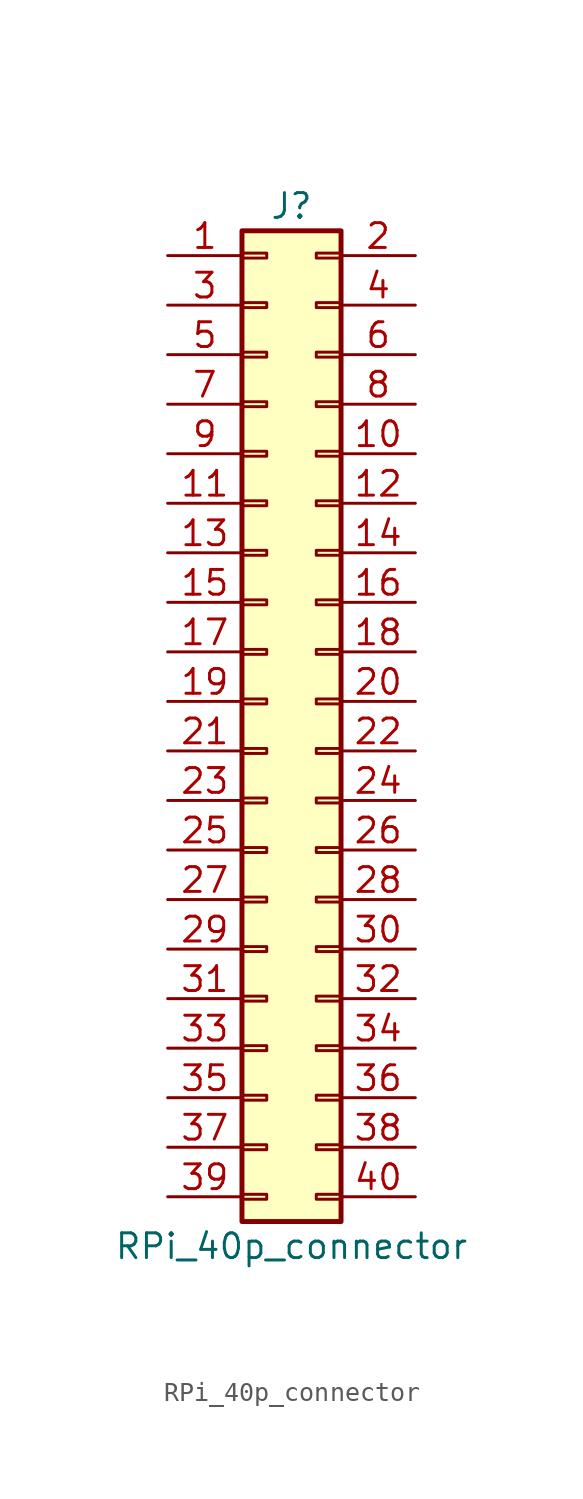
<source format=kicad_sym>
(kicad_symbol_lib
  (version 20211014)
  (generator kicad_symbol_editor)
  (symbol "RPi_40p_connector"
    (pin_names
      (offset 1.016) hide)
    (property "Reference" "J"
      (at 1.27 25.4 0)
      (effects (font (size 1.27 1.27))))
    (property "Value" "RPi_40p_connector"
      (at 1.27 -27.94 0)
      (effects (font (size 1.27 1.27))))
    (symbol "RPi_40p_connector_1_1"
      (rectangle (start -1.27 -25.273) (end 0 -25.527) (stroke (width 0.152) (type default) (color 0 0 0 0)) (fill (type none)))
      (rectangle (start -1.27 -22.733) (end 0 -22.987) (stroke (width 0.152) (type default) (color 0 0 0 0)) (fill (type none)))
      (rectangle (start -1.27 -20.193) (end 0 -20.447) (stroke (width 0.152) (type default) (color 0 0 0 0)) (fill (type none)))
      (rectangle (start -1.27 -17.653) (end 0 -17.907) (stroke (width 0.152) (type default) (color 0 0 0 0)) (fill (type none)))
      (rectangle (start -1.27 -15.113) (end 0 -15.367) (stroke (width 0.152) (type default) (color 0 0 0 0)) (fill (type none)))
      (rectangle (start -1.27 -12.573) (end 0 -12.827) (stroke (width 0.152) (type default) (color 0 0 0 0)) (fill (type none)))
      (rectangle (start -1.27 -10.033) (end 0 -10.287) (stroke (width 0.152) (type default) (color 0 0 0 0)) (fill (type none)))
      (rectangle (start -1.27 -7.493) (end 0 -7.747) (stroke (width 0.152) (type default) (color 0 0 0 0)) (fill (type none)))
      (rectangle (start -1.27 -4.953) (end 0 -5.207) (stroke (width 0.152) (type default) (color 0 0 0 0)) (fill (type none)))
      (rectangle (start -1.27 -2.413) (end 0 -2.667) (stroke (width 0.152) (type default) (color 0 0 0 0)) (fill (type none)))
      (rectangle (start -1.27 0.127) (end 0 -0.127) (stroke (width 0.152) (type default) (color 0 0 0 0)) (fill (type none)))
      (rectangle (start -1.27 2.667) (end 0 2.413) (stroke (width 0.152) (type default) (color 0 0 0 0)) (fill (type none)))
      (rectangle (start -1.27 5.207) (end 0 4.953) (stroke (width 0.152) (type default) (color 0 0 0 0)) (fill (type none)))
      (rectangle (start -1.27 7.747) (end 0 7.493) (stroke (width 0.152) (type default) (color 0 0 0 0)) (fill (type none)))
      (rectangle (start -1.27 10.287) (end 0 10.033) (stroke (width 0.152) (type default) (color 0 0 0 0)) (fill (type none)))
      (rectangle (start -1.27 12.827) (end 0 12.573) (stroke (width 0.152) (type default) (color 0 0 0 0)) (fill (type none)))
      (rectangle (start -1.27 15.367) (end 0 15.113) (stroke (width 0.152) (type default) (color 0 0 0 0)) (fill (type none)))
      (rectangle (start -1.27 17.907) (end 0 17.653) (stroke (width 0.152) (type default) (color 0 0 0 0)) (fill (type none)))
      (rectangle (start -1.27 20.447) (end 0 20.193) (stroke (width 0.152) (type default) (color 0 0 0 0)) (fill (type none)))
      (rectangle (start -1.27 22.987) (end 0 22.733) (stroke (width 0.152) (type default) (color 0 0 0 0)) (fill (type none)))
      (rectangle (start -1.27 24.13) (end 3.81 -26.67) (stroke (width 0.254) (type default) (color 0 0 0 0)) (fill (type background)))
      (rectangle (start 3.81 -25.273) (end 2.54 -25.527) (stroke (width 0.152) (type default) (color 0 0 0 0)) (fill (type none)))
      (rectangle (start 3.81 -22.733) (end 2.54 -22.987) (stroke (width 0.152) (type default) (color 0 0 0 0)) (fill (type none)))
      (rectangle (start 3.81 -20.193) (end 2.54 -20.447) (stroke (width 0.152) (type default) (color 0 0 0 0)) (fill (type none)))
      (rectangle (start 3.81 -17.653) (end 2.54 -17.907) (stroke (width 0.152) (type default) (color 0 0 0 0)) (fill (type none)))
      (rectangle (start 3.81 -15.113) (end 2.54 -15.367) (stroke (width 0.152) (type default) (color 0 0 0 0)) (fill (type none)))
      (rectangle (start 3.81 -12.573) (end 2.54 -12.827) (stroke (width 0.152) (type default) (color 0 0 0 0)) (fill (type none)))
      (rectangle (start 3.81 -10.033) (end 2.54 -10.287) (stroke (width 0.152) (type default) (color 0 0 0 0)) (fill (type none)))
      (rectangle (start 3.81 -7.493) (end 2.54 -7.747) (stroke (width 0.152) (type default) (color 0 0 0 0)) (fill (type none)))
      (rectangle (start 3.81 -4.953) (end 2.54 -5.207) (stroke (width 0.152) (type default) (color 0 0 0 0)) (fill (type none)))
      (rectangle (start 3.81 -2.413) (end 2.54 -2.667) (stroke (width 0.152) (type default) (color 0 0 0 0)) (fill (type none)))
      (rectangle (start 3.81 0.127) (end 2.54 -0.127) (stroke (width 0.152) (type default) (color 0 0 0 0)) (fill (type none)))
      (rectangle (start 3.81 2.667) (end 2.54 2.413) (stroke (width 0.152) (type default) (color 0 0 0 0)) (fill (type none)))
      (rectangle (start 3.81 5.207) (end 2.54 4.953) (stroke (width 0.152) (type default) (color 0 0 0 0)) (fill (type none)))
      (rectangle (start 3.81 7.747) (end 2.54 7.493) (stroke (width 0.152) (type default) (color 0 0 0 0)) (fill (type none)))
      (rectangle (start 3.81 10.287) (end 2.54 10.033) (stroke (width 0.152) (type default) (color 0 0 0 0)) (fill (type none)))
      (rectangle (start 3.81 12.827) (end 2.54 12.573) (stroke (width 0.152) (type default) (color 0 0 0 0)) (fill (type none)))
      (rectangle (start 3.81 15.367) (end 2.54 15.113) (stroke (width 0.152) (type default) (color 0 0 0 0)) (fill (type none)))
      (rectangle (start 3.81 17.907) (end 2.54 17.653) (stroke (width 0.152) (type default) (color 0 0 0 0)) (fill (type none)))
      (rectangle (start 3.81 20.447) (end 2.54 20.193) (stroke (width 0.152) (type default) (color 0 0 0 0)) (fill (type none)))
      (rectangle (start 3.81 22.987) (end 2.54 22.733) (stroke (width 0.152) (type default) (color 0 0 0 0)) (fill (type none)))
      (pin power_out line (at -5.08 22.86 0) (length 3.81) (name "Pin_1" (effects (font (size 1.27 1.27)))) (number "1" (effects (font (size 1.27 1.27)))))
      (pin passive line (at 7.62 12.7 180) (length 3.81) (name "Pin_10" (effects (font (size 1.27 1.27)))) (number "10" (effects (font (size 1.27 1.27)))))
      (pin passive line (at -5.08 10.16 0) (length 3.81) (name "Pin_11" (effects (font (size 1.27 1.27)))) (number "11" (effects (font (size 1.27 1.27)))))
      (pin passive line (at 7.62 10.16 180) (length 3.81) (name "Pin_12" (effects (font (size 1.27 1.27)))) (number "12" (effects (font (size 1.27 1.27)))))
      (pin passive line (at -5.08 7.62 0) (length 3.81) (name "Pin_13" (effects (font (size 1.27 1.27)))) (number "13" (effects (font (size 1.27 1.27)))))
      (pin power_in line (at 7.62 7.62 180) (length 3.81) (name "Pin_14" (effects (font (size 1.27 1.27)))) (number "14" (effects (font (size 1.27 1.27)))))
      (pin passive line (at -5.08 5.08 0) (length 3.81) (name "Pin_15" (effects (font (size 1.27 1.27)))) (number "15" (effects (font (size 1.27 1.27)))))
      (pin passive line (at 7.62 5.08 180) (length 3.81) (name "Pin_16" (effects (font (size 1.27 1.27)))) (number "16" (effects (font (size 1.27 1.27)))))
      (pin power_in line (at -5.08 2.54 0) (length 3.81) (name "Pin_17" (effects (font (size 1.27 1.27)))) (number "17" (effects (font (size 1.27 1.27)))))
      (pin passive line (at 7.62 2.54 180) (length 3.81) (name "Pin_18" (effects (font (size 1.27 1.27)))) (number "18" (effects (font (size 1.27 1.27)))))
      (pin passive line (at -5.08 0 0) (length 3.81) (name "Pin_19" (effects (font (size 1.27 1.27)))) (number "19" (effects (font (size 1.27 1.27)))))
      (pin power_out line (at 7.62 22.86 180) (length 3.81) (name "Pin_2" (effects (font (size 1.27 1.27)))) (number "2" (effects (font (size 1.27 1.27)))))
      (pin power_in line (at 7.62 0 180) (length 3.81) (name "Pin_20" (effects (font (size 1.27 1.27)))) (number "20" (effects (font (size 1.27 1.27)))))
      (pin passive line (at -5.08 -2.54 0) (length 3.81) (name "Pin_21" (effects (font (size 1.27 1.27)))) (number "21" (effects (font (size 1.27 1.27)))))
      (pin passive line (at 7.62 -2.54 180) (length 3.81) (name "Pin_22" (effects (font (size 1.27 1.27)))) (number "22" (effects (font (size 1.27 1.27)))))
      (pin passive line (at -5.08 -5.08 0) (length 3.81) (name "Pin_23" (effects (font (size 1.27 1.27)))) (number "23" (effects (font (size 1.27 1.27)))))
      (pin passive line (at 7.62 -5.08 180) (length 3.81) (name "Pin_24" (effects (font (size 1.27 1.27)))) (number "24" (effects (font (size 1.27 1.27)))))
      (pin power_in line (at -5.08 -7.62 0) (length 3.81) (name "Pin_25" (effects (font (size 1.27 1.27)))) (number "25" (effects (font (size 1.27 1.27)))))
      (pin passive line (at 7.62 -7.62 180) (length 3.81) (name "Pin_26" (effects (font (size 1.27 1.27)))) (number "26" (effects (font (size 1.27 1.27)))))
      (pin passive line (at -5.08 -10.16 0) (length 3.81) (name "Pin_27" (effects (font (size 1.27 1.27)))) (number "27" (effects (font (size 1.27 1.27)))))
      (pin passive line (at 7.62 -10.16 180) (length 3.81) (name "Pin_28" (effects (font (size 1.27 1.27)))) (number "28" (effects (font (size 1.27 1.27)))))
      (pin passive line (at -5.08 -12.7 0) (length 3.81) (name "Pin_29" (effects (font (size 1.27 1.27)))) (number "29" (effects (font (size 1.27 1.27)))))
      (pin passive line (at -5.08 20.32 0) (length 3.81) (name "Pin_3" (effects (font (size 1.27 1.27)))) (number "3" (effects (font (size 1.27 1.27)))))
      (pin power_in line (at 7.62 -12.7 180) (length 3.81) (name "Pin_30" (effects (font (size 1.27 1.27)))) (number "30" (effects (font (size 1.27 1.27)))))
      (pin passive line (at -5.08 -15.24 0) (length 3.81) (name "Pin_31" (effects (font (size 1.27 1.27)))) (number "31" (effects (font (size 1.27 1.27)))))
      (pin passive line (at 7.62 -15.24 180) (length 3.81) (name "Pin_32" (effects (font (size 1.27 1.27)))) (number "32" (effects (font (size 1.27 1.27)))))
      (pin passive line (at -5.08 -17.78 0) (length 3.81) (name "Pin_33" (effects (font (size 1.27 1.27)))) (number "33" (effects (font (size 1.27 1.27)))))
      (pin power_in line (at 7.62 -17.78 180) (length 3.81) (name "Pin_34" (effects (font (size 1.27 1.27)))) (number "34" (effects (font (size 1.27 1.27)))))
      (pin passive line (at -5.08 -20.32 0) (length 3.81) (name "Pin_35" (effects (font (size 1.27 1.27)))) (number "35" (effects (font (size 1.27 1.27)))))
      (pin passive line (at 7.62 -20.32 180) (length 3.81) (name "Pin_36" (effects (font (size 1.27 1.27)))) (number "36" (effects (font (size 1.27 1.27)))))
      (pin passive line (at -5.08 -22.86 0) (length 3.81) (name "Pin_37" (effects (font (size 1.27 1.27)))) (number "37" (effects (font (size 1.27 1.27)))))
      (pin passive line (at 7.62 -22.86 180) (length 3.81) (name "Pin_38" (effects (font (size 1.27 1.27)))) (number "38" (effects (font (size 1.27 1.27)))))
      (pin power_in line (at -5.08 -25.4 0) (length 3.81) (name "Pin_39" (effects (font (size 1.27 1.27)))) (number "39" (effects (font (size 1.27 1.27)))))
      (pin power_in line (at 7.62 20.32 180) (length 3.81) (name "Pin_4" (effects (font (size 1.27 1.27)))) (number "4" (effects (font (size 1.27 1.27)))))
      (pin passive line (at 7.62 -25.4 180) (length 3.81) (name "Pin_40" (effects (font (size 1.27 1.27)))) (number "40" (effects (font (size 1.27 1.27)))))
      (pin passive line (at -5.08 17.78 0) (length 3.81) (name "Pin_5" (effects (font (size 1.27 1.27)))) (number "5" (effects (font (size 1.27 1.27)))))
      (pin power_out line (at 7.62 17.78 180) (length 3.81) (name "Pin_6" (effects (font (size 1.27 1.27)))) (number "6" (effects (font (size 1.27 1.27)))))
      (pin passive line (at -5.08 15.24 0) (length 3.81) (name "Pin_7" (effects (font (size 1.27 1.27)))) (number "7" (effects (font (size 1.27 1.27)))))
      (pin passive line (at 7.62 15.24 180) (length 3.81) (name "Pin_8" (effects (font (size 1.27 1.27)))) (number "8" (effects (font (size 1.27 1.27)))))
      (pin power_in line (at -5.08 12.7 0) (length 3.81) (name "Pin_9" (effects (font (size 1.27 1.27)))) (number "9" (effects (font (size 1.27 1.27))))))))
</source>
